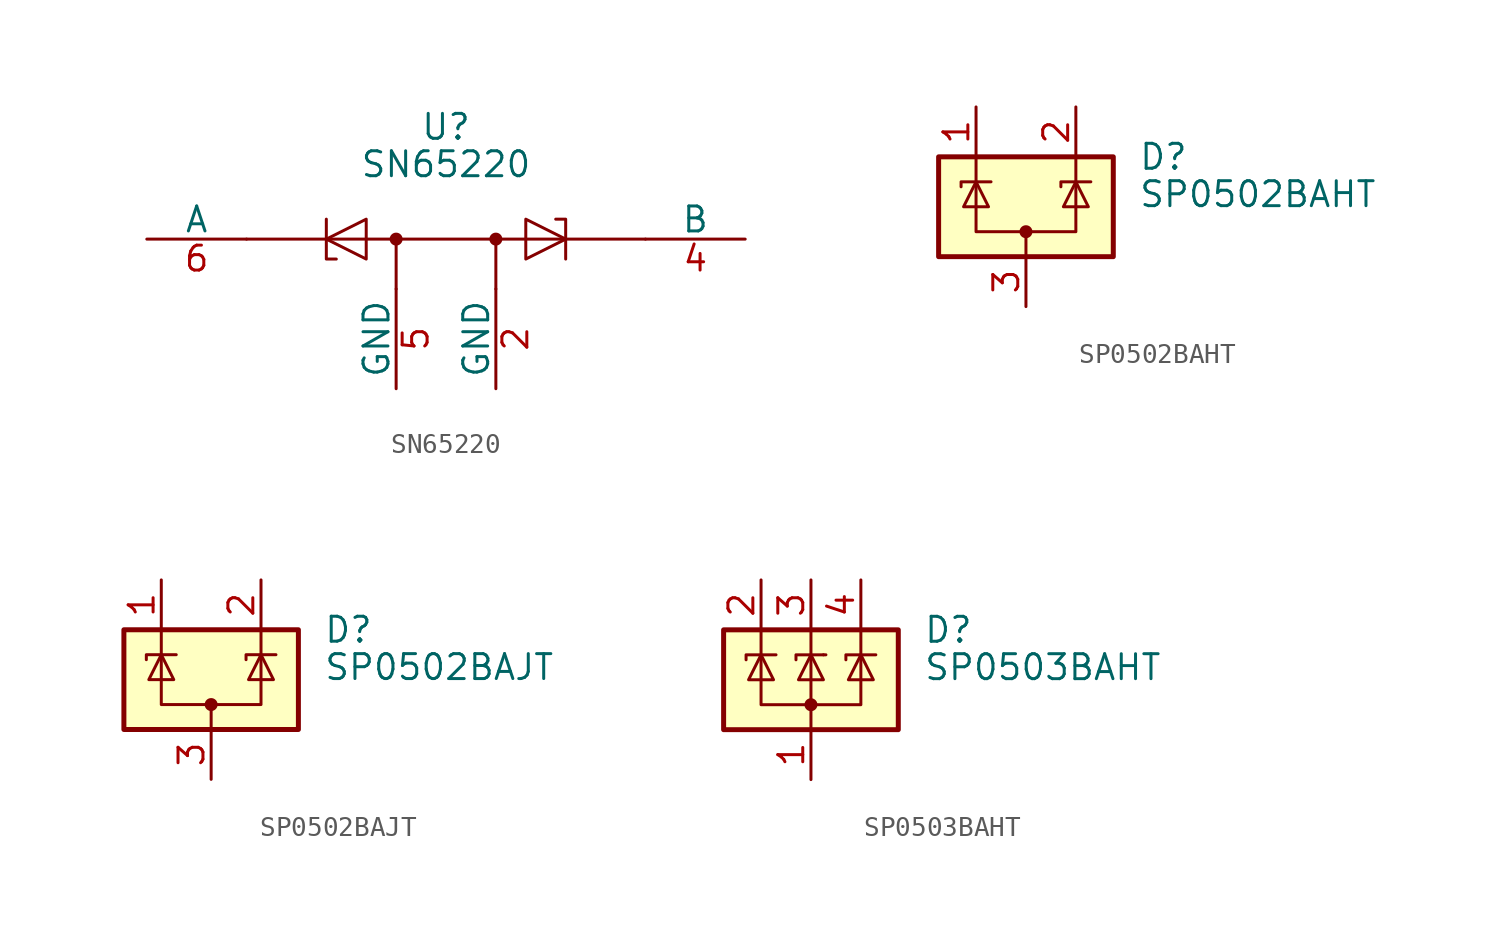
<source format=kicad_sym>
(kicad_symbol_lib
  (version 20200908)
  (generator kicad_symbol_editor)
  (symbol "Power_Protection:SN65220"
    (pin_names
      (offset 0))
    (property "Reference" "U"
      (at 0 5.715 0)
      (effects (font (size 1.27 1.27))))
    (property "Value" "SN65220"
      (at 0 3.81 0)
      (effects (font (size 1.27 1.27))))
    (symbol "SN65220_0_1"
      (circle (center -2.54 0) (radius 0.254) (stroke (width 0)) (fill (type outline)))
      (circle (center 2.54 0) (radius 0.254) (stroke (width 0)) (fill (type outline)))
      (polyline (pts (xy -2.54 -2.54) (xy -2.54 0)) (stroke (width 0)) (fill (type none)))
      (polyline (pts (xy 2.54 -2.54) (xy 2.54 0)) (stroke (width 0)) (fill (type none)))
      (polyline (pts (xy 10.16 0) (xy -10.16 0)) (stroke (width 0)) (fill (type none)))
      (polyline (pts (xy -5.588 -1.016) (xy -6.096 -1.016) (xy -6.096 1.016)) (stroke (width 0)) (fill (type none)))
      (polyline (pts (xy 5.588 1.016) (xy 6.096 1.016) (xy 6.096 -1.016)) (stroke (width 0)) (fill (type none)))
      (polyline (pts (xy -6.096 0) (xy -4.064 1.016) (xy -4.064 -1.016) (xy -6.096 0)) (stroke (width 0)) (fill (type none)))
      (polyline (pts (xy 6.096 0) (xy 4.064 1.016) (xy 4.064 -1.016) (xy 6.096 0)) (stroke (width 0)) (fill (type none))))
    (symbol "SN65220_1_1"
      (pin unconnected line (at 2.54 0 180) (length 2.54) hide (name "~" (effects (font (size 1.27 1.27)))) (number "1" (effects (font (size 1.27 1.27)))))
      (pin passive line (at 2.54 -7.62 90) (length 5.08) (name "GND" (effects (font (size 1.27 1.27)))) (number "2" (effects (font (size 1.27 1.27)))))
      (pin unconnected line (at -2.54 0 0) (length 2.54) hide (name "~" (effects (font (size 1.27 1.27)))) (number "3" (effects (font (size 1.27 1.27)))))
      (pin passive line (at 15.24 0 180) (length 5.08) (name "B" (effects (font (size 1.27 1.27)))) (number "4" (effects (font (size 1.27 1.27)))))
      (pin passive line (at -2.54 -7.62 90) (length 5.08) (name "GND" (effects (font (size 1.27 1.27)))) (number "5" (effects (font (size 1.27 1.27)))))
      (pin passive line (at -15.24 0 0) (length 5.08) (name "A" (effects (font (size 1.27 1.27)))) (number "6" (effects (font (size 1.27 1.27)))))))
  (symbol "Power_Protection:SP0502BAHT"
    (pin_names hide)
    (property "Reference" "D"
      (at 5.715 2.54 0)
      (effects (font (size 1.27 1.27)) (justify left)))
    (property "Value" "SP0502BAHT"
      (at 5.715 0.635 0)
      (effects (font (size 1.27 1.27)) (justify left)))
    (symbol "SP0502BAHT_0_1"
      (circle (center 0 -1.27) (radius 0.254) (stroke (width 0)) (fill (type outline)))
      (rectangle (start -4.445 2.54) (end 4.445 -2.54) (stroke (width 0.254)) (fill (type background)))
      (polyline (pts (xy -2.54 2.54) (xy -2.54 1.27)) (stroke (width 0)) (fill (type none)))
      (polyline (pts (xy 0 -1.27) (xy 0 -2.54)) (stroke (width 0)) (fill (type none)))
      (polyline (pts (xy 2.54 2.54) (xy 2.54 1.27)) (stroke (width 0)) (fill (type none)))
      (polyline (pts (xy -3.302 1.016) (xy -3.302 1.27) (xy -1.905 1.27) (xy -1.778 1.27)) (stroke (width 0)) (fill (type none)))
      (polyline (pts (xy -2.54 1.27) (xy -2.54 -1.27) (xy 2.54 -1.27) (xy 2.54 1.27)) (stroke (width 0)) (fill (type none)))
      (polyline (pts (xy -2.54 1.27) (xy -1.905 0) (xy -3.175 0) (xy -2.54 1.27)) (stroke (width 0)) (fill (type none)))
      (polyline (pts (xy 1.778 1.016) (xy 1.778 1.27) (xy 3.175 1.27) (xy 3.302 1.27)) (stroke (width 0)) (fill (type none)))
      (polyline (pts (xy 2.54 1.27) (xy 1.905 0) (xy 3.175 0) (xy 2.54 1.27)) (stroke (width 0)) (fill (type none))))
    (symbol "SP0502BAHT_0_0"
      (pin passive line (at 0 -5.08 90) (length 2.54) (name "A" (effects (font (size 1.27 1.27)))) (number "3" (effects (font (size 1.27 1.27))))))
    (symbol "SP0502BAHT_1_1"
      (pin passive line (at -2.54 5.08 270) (length 2.54) (name "K" (effects (font (size 1.27 1.27)))) (number "1" (effects (font (size 1.27 1.27)))))
      (pin passive line (at 2.54 5.08 270) (length 2.54) (name "K" (effects (font (size 1.27 1.27)))) (number "2" (effects (font (size 1.27 1.27)))))))
  (symbol "Power_Protection:SP0502BAJT"
    (pin_names hide)
    (property "Reference" "D"
      (at 5.715 2.54 0)
      (effects (font (size 1.27 1.27)) (justify left)))
    (property "Value" "SP0502BAJT"
      (at 5.715 0.635 0)
      (effects (font (size 1.27 1.27)) (justify left)))
    (symbol "SP0502BAJT_0_1"
      (circle (center 0 -1.27) (radius 0.254) (stroke (width 0)) (fill (type outline)))
      (rectangle (start -4.445 2.54) (end 4.445 -2.54) (stroke (width 0.254)) (fill (type background)))
      (polyline (pts (xy -2.54 2.54) (xy -2.54 1.27)) (stroke (width 0)) (fill (type none)))
      (polyline (pts (xy 0 -1.27) (xy 0 -2.54)) (stroke (width 0)) (fill (type none)))
      (polyline (pts (xy 2.54 2.54) (xy 2.54 1.27)) (stroke (width 0)) (fill (type none)))
      (polyline (pts (xy -3.302 1.016) (xy -3.302 1.27) (xy -1.905 1.27) (xy -1.778 1.27)) (stroke (width 0)) (fill (type none)))
      (polyline (pts (xy -2.54 1.27) (xy -2.54 -1.27) (xy 2.54 -1.27) (xy 2.54 1.27)) (stroke (width 0)) (fill (type none)))
      (polyline (pts (xy -2.54 1.27) (xy -1.905 0) (xy -3.175 0) (xy -2.54 1.27)) (stroke (width 0)) (fill (type none)))
      (polyline (pts (xy 1.778 1.016) (xy 1.778 1.27) (xy 3.175 1.27) (xy 3.302 1.27)) (stroke (width 0)) (fill (type none)))
      (polyline (pts (xy 2.54 1.27) (xy 1.905 0) (xy 3.175 0) (xy 2.54 1.27)) (stroke (width 0)) (fill (type none))))
    (symbol "SP0502BAJT_0_0"
      (pin passive line (at 0 -5.08 90) (length 2.54) (name "A" (effects (font (size 1.27 1.27)))) (number "3" (effects (font (size 1.27 1.27))))))
    (symbol "SP0502BAJT_1_1"
      (pin passive line (at -2.54 5.08 270) (length 2.54) (name "K" (effects (font (size 1.27 1.27)))) (number "1" (effects (font (size 1.27 1.27)))))
      (pin passive line (at 2.54 5.08 270) (length 2.54) (name "K" (effects (font (size 1.27 1.27)))) (number "2" (effects (font (size 1.27 1.27)))))))
  (symbol "Power_Protection:SP0503BAHT"
    (pin_names hide)
    (property "Reference" "D"
      (at 5.715 2.54 0)
      (effects (font (size 1.27 1.27)) (justify left)))
    (property "Value" "SP0503BAHT"
      (at 5.715 0.635 0)
      (effects (font (size 1.27 1.27)) (justify left)))
    (symbol "SP0503BAHT_0_1"
      (circle (center 0 -1.27) (radius 0.254) (stroke (width 0)) (fill (type outline)))
      (rectangle (start -4.445 2.54) (end 4.445 -2.54) (stroke (width 0.254)) (fill (type background)))
      (polyline (pts (xy -2.54 2.54) (xy -2.54 1.27)) (stroke (width 0)) (fill (type none)))
      (polyline (pts (xy 0 -1.27) (xy 0 -2.54)) (stroke (width 0)) (fill (type none)))
      (polyline (pts (xy 0 -1.27) (xy 0 1.27)) (stroke (width 0)) (fill (type none)))
      (polyline (pts (xy 0 2.54) (xy 0 1.27)) (stroke (width 0)) (fill (type none)))
      (polyline (pts (xy 0.635 1.27) (xy 0.762 1.27)) (stroke (width 0)) (fill (type none)))
      (polyline (pts (xy 2.54 2.54) (xy 2.54 1.27)) (stroke (width 0)) (fill (type none)))
      (polyline (pts (xy 0.635 1.27) (xy -0.762 1.27) (xy -0.762 1.016)) (stroke (width 0)) (fill (type none)))
      (polyline (pts (xy -3.302 1.016) (xy -3.302 1.27) (xy -1.905 1.27) (xy -1.778 1.27)) (stroke (width 0)) (fill (type none)))
      (polyline (pts (xy -2.54 1.27) (xy -2.54 -1.27) (xy 2.54 -1.27) (xy 2.54 1.27)) (stroke (width 0)) (fill (type none)))
      (polyline (pts (xy -2.54 1.27) (xy -1.905 0) (xy -3.175 0) (xy -2.54 1.27)) (stroke (width 0)) (fill (type none)))
      (polyline (pts (xy 0.635 0) (xy -0.635 0) (xy 0 1.27) (xy 0.635 0)) (stroke (width 0)) (fill (type none)))
      (polyline (pts (xy 1.778 1.016) (xy 1.778 1.27) (xy 3.175 1.27) (xy 3.302 1.27)) (stroke (width 0)) (fill (type none)))
      (polyline (pts (xy 2.54 1.27) (xy 1.905 0) (xy 3.175 0) (xy 2.54 1.27)) (stroke (width 0)) (fill (type none))))
    (symbol "SP0503BAHT_0_0"
      (pin passive line (at 0 -5.08 90) (length 2.54) (name "A" (effects (font (size 1.27 1.27)))) (number "1" (effects (font (size 1.27 1.27))))))
    (symbol "SP0503BAHT_1_1"
      (pin passive line (at -2.54 5.08 270) (length 2.54) (name "K" (effects (font (size 1.27 1.27)))) (number "2" (effects (font (size 1.27 1.27)))))
      (pin passive line (at 0 5.08 270) (length 2.54) (name "K" (effects (font (size 1.27 1.27)))) (number "3" (effects (font (size 1.27 1.27)))))
      (pin passive line (at 2.54 5.08 270) (length 2.54) (name "K" (effects (font (size 1.27 1.27)))) (number "4" (effects (font (size 1.27 1.27))))))))
</source>
